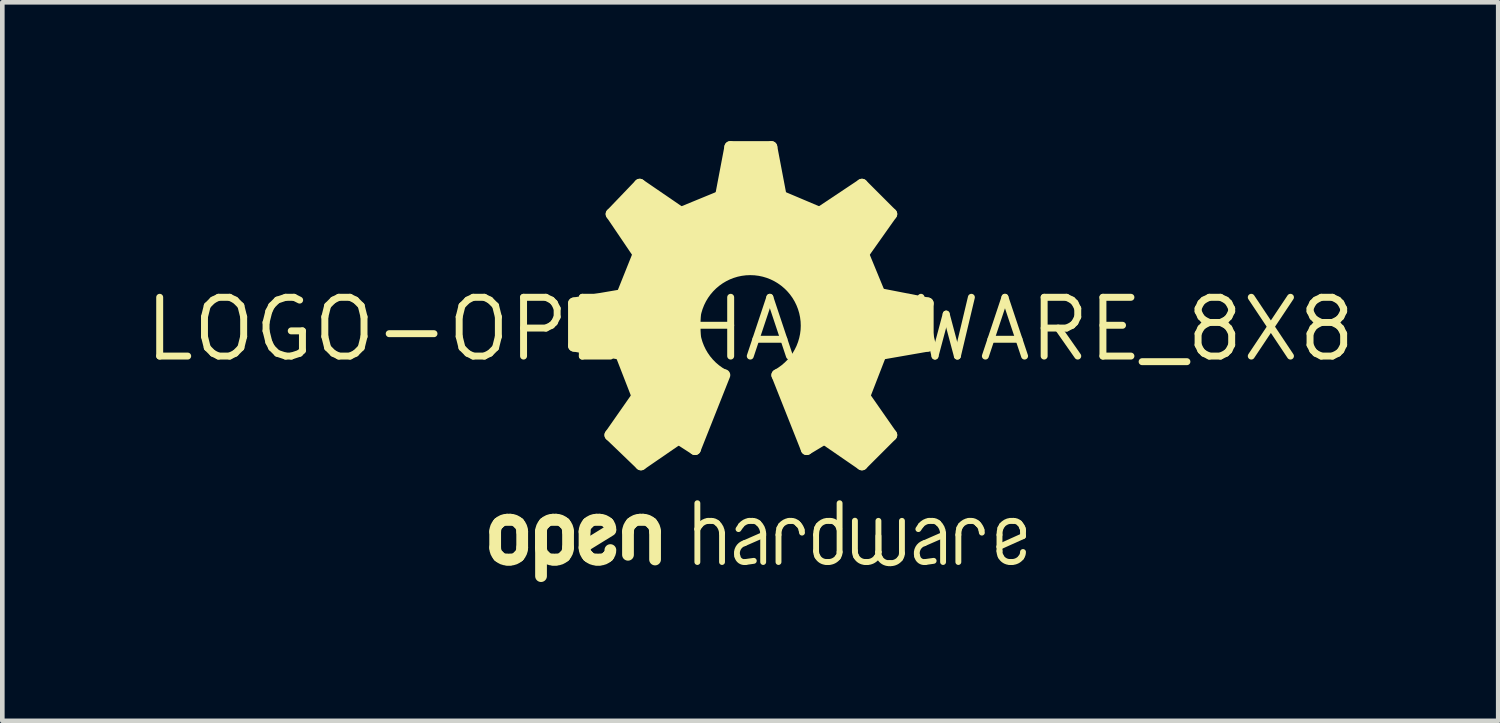
<source format=kicad_pcb>
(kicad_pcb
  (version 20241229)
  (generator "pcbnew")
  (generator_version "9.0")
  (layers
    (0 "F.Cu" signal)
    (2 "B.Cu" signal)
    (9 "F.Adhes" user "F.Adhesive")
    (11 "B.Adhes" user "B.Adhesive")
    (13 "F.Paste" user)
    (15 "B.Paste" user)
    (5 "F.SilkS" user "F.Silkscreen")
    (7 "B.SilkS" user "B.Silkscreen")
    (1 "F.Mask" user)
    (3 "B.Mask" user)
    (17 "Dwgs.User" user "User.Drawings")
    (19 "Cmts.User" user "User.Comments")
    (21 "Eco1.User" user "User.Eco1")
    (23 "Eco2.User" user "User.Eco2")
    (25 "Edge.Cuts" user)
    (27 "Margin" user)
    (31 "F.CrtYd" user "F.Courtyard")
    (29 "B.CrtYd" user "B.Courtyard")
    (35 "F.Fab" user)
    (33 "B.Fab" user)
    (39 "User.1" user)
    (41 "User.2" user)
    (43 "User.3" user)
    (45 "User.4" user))
  (footprint "LOGO-OPENHARDWARE_8X8"
    (layer "F.Cu")
    (at 13.161 4.064)
    (property "Reference" "LOGO-OPENHARDWARE_8X8" (at 0 0 0) (layer "F.SilkS") (effects (font (size 1.27 1.27) (thickness 0.15))))
    (fp_line (start -5.512 4.721) (end -5.512 4.372) (stroke (width 0.254) (type solid)) (layer "F.SilkS"))
    (fp_line (start -5.437 4.193) (end -5.434 4.189) (stroke (width 0.254) (type solid)) (layer "F.SilkS"))
    (fp_line (start -5.434 4.904) (end -5.437 4.9) (stroke (width 0.254) (type solid)) (layer "F.SilkS"))
    (fp_line (start -5.254 4.115) (end -5.185 4.115) (stroke (width 0.254) (type solid)) (layer "F.SilkS"))
    (fp_line (start -5.185 4.978) (end -5.254 4.978) (stroke (width 0.254) (type solid)) (layer "F.SilkS"))
    (fp_line (start -5.006 4.189) (end -5.002 4.193) (stroke (width 0.254) (type solid)) (layer "F.SilkS"))
    (fp_line (start -5.002 4.9) (end -5.006 4.904) (stroke (width 0.254) (type solid)) (layer "F.SilkS"))
    (fp_line (start -4.928 4.372) (end -4.928 4.721) (stroke (width 0.254) (type solid)) (layer "F.SilkS"))
    (fp_line (start -4.521 4.369) (end -4.521 5.334) (stroke (width 0.254) (type solid)) (layer "F.SilkS"))
    (fp_line (start -4.521 4.721) (end -4.521 4.372) (stroke (width 0.254) (type solid)) (layer "F.SilkS"))
    (fp_line (start -4.447 4.193) (end -4.443 4.189) (stroke (width 0.254) (type solid)) (layer "F.SilkS"))
    (fp_line (start -4.443 4.904) (end -4.447 4.9) (stroke (width 0.254) (type solid)) (layer "F.SilkS"))
    (fp_line (start -4.264 4.115) (end -4.195 4.115) (stroke (width 0.254) (type solid)) (layer "F.SilkS"))
    (fp_line (start -4.195 4.978) (end -4.264 4.978) (stroke (width 0.254) (type solid)) (layer "F.SilkS"))
    (fp_line (start -4.015 4.189) (end -4.011 4.193) (stroke (width 0.254) (type solid)) (layer "F.SilkS"))
    (fp_line (start -4.011 4.9) (end -4.015 4.904) (stroke (width 0.254) (type solid)) (layer "F.SilkS"))
    (fp_line (start -3.937 4.372) (end -3.937 4.721) (stroke (width 0.254) (type solid)) (layer "F.SilkS"))
    (fp_line (start -3.81 -0.559) (end -2.769 -0.737) (stroke (width 0.254) (type solid)) (layer "F.SilkS"))
    (fp_line (start -3.81 0.356) (end -3.81 -0.559) (stroke (width 0.254) (type solid)) (layer "F.SilkS"))
    (fp_line (start -3.581 4.721) (end -3.581 4.372) (stroke (width 0.254) (type solid)) (layer "F.SilkS"))
    (fp_line (start -3.507 4.193) (end -3.503 4.189) (stroke (width 0.254) (type solid)) (layer "F.SilkS"))
    (fp_line (start -3.503 4.904) (end -3.507 4.9) (stroke (width 0.254) (type solid)) (layer "F.SilkS"))
    (fp_line (start -3.324 4.115) (end -3.255 4.115) (stroke (width 0.254) (type solid)) (layer "F.SilkS"))
    (fp_line (start -3.255 4.978) (end -3.324 4.978) (stroke (width 0.254) (type solid)) (layer "F.SilkS"))
    (fp_line (start -3.075 4.189) (end -3.072 4.193) (stroke (width 0.254) (type solid)) (layer "F.SilkS"))
    (fp_line (start -3.072 4.9) (end -3.075 4.904) (stroke (width 0.254) (type solid)) (layer "F.SilkS"))
    (fp_line (start -3.023 2.286) (end -2.438 1.448) (stroke (width 0.254) (type solid)) (layer "F.SilkS"))
    (fp_line (start -3.023 4.343) (end -3.56 4.674) (stroke (width 0.254) (type solid)) (layer "F.SilkS"))
    (fp_line (start -2.997 -2.489) (end -2.388 -3.124) (stroke (width 0.254) (type solid)) (layer "F.SilkS"))
    (fp_line (start -2.794 0.533) (end -3.81 0.356) (stroke (width 0.254) (type solid)) (layer "F.SilkS"))
    (fp_line (start -2.769 -0.737) (end -2.413 -1.626) (stroke (width 0.254) (type solid)) (layer "F.SilkS"))
    (fp_line (start -2.642 4.873) (end -2.642 4.372) (stroke (width 0.254) (type solid)) (layer "F.SilkS"))
    (fp_line (start -2.567 4.193) (end -2.564 4.189) (stroke (width 0.254) (type solid)) (layer "F.SilkS"))
    (fp_line (start -2.438 1.448) (end -2.794 0.533) (stroke (width 0.254) (type solid)) (layer "F.SilkS"))
    (fp_line (start -2.413 -1.626) (end -2.997 -2.489) (stroke (width 0.254) (type solid)) (layer "F.SilkS"))
    (fp_line (start -2.388 -3.124) (end -1.499 -2.515) (stroke (width 0.254) (type solid)) (layer "F.SilkS"))
    (fp_line (start -2.384 4.115) (end -2.315 4.115) (stroke (width 0.254) (type solid)) (layer "F.SilkS"))
    (fp_line (start -2.362 2.921) (end -3.023 2.286) (stroke (width 0.254) (type solid)) (layer "F.SilkS"))
    (fp_line (start -2.135 4.189) (end -2.132 4.193) (stroke (width 0.254) (type solid)) (layer "F.SilkS"))
    (fp_line (start -2.057 4.372) (end -2.057 4.975) (stroke (width 0.254) (type solid)) (layer "F.SilkS"))
    (fp_line (start -1.549 2.362) (end -2.362 2.921) (stroke (width 0.254) (type solid)) (layer "F.SilkS"))
    (fp_line (start -1.499 -2.515) (end -0.635 -2.87) (stroke (width 0.254) (type solid)) (layer "F.SilkS"))
    (fp_line (start -1.194 2.591) (end -1.549 2.362) (stroke (width 0.254) (type solid)) (layer "F.SilkS"))
    (fp_line (start -1.143 4.318) (end -1.143 3.759) (stroke (width 0.127) (type solid)) (layer "F.SilkS"))
    (fp_line (start -1.143 5.029) (end -1.143 4.318) (stroke (width 0.127) (type solid)) (layer "F.SilkS"))
    (fp_line (start -1.09 4.24) (end -1.143 4.318) (stroke (width 0.127) (type solid)) (layer "F.SilkS"))
    (fp_line (start -0.842 4.14) (end -0.911 4.14) (stroke (width 0.127) (type solid)) (layer "F.SilkS"))
    (fp_line (start -0.635 -2.87) (end -0.432 -3.937) (stroke (width 0.254) (type solid)) (layer "F.SilkS"))
    (fp_line (start -0.61 5.029) (end -0.61 4.407) (stroke (width 0.127) (type solid)) (layer "F.SilkS"))
    (fp_line (start -0.559 0.991) (end -1.194 2.591) (stroke (width 0.254) (type solid)) (layer "F.SilkS"))
    (fp_line (start -0.432 -3.937) (end 0.457 -3.937) (stroke (width 0.254) (type solid)) (layer "F.SilkS"))
    (fp_line (start -0.201 4.24) (end -0.254 4.318) (stroke (width 0.127) (type solid)) (layer "F.SilkS"))
    (fp_line (start -0.127 4.623) (end 0.279 4.445) (stroke (width 0.127) (type solid)) (layer "F.SilkS"))
    (fp_line (start -0.102 5.029) (end 0.076 5.004) (stroke (width 0.127) (type solid)) (layer "F.SilkS"))
    (fp_line (start 0.047 4.14) (end -0.022 4.14) (stroke (width 0.127) (type solid)) (layer "F.SilkS"))
    (fp_line (start 0.279 4.445) (end 0.279 4.407) (stroke (width 0.127) (type solid)) (layer "F.SilkS"))
    (fp_line (start 0.279 5.029) (end 0.279 4.445) (stroke (width 0.127) (type solid)) (layer "F.SilkS"))
    (fp_line (start 0.457 -3.937) (end 0.66 -2.87) (stroke (width 0.254) (type solid)) (layer "F.SilkS"))
    (fp_line (start 0.61 4.442) (end 0.61 5.029) (stroke (width 0.127) (type solid)) (layer "F.SilkS"))
    (fp_line (start 0.66 -2.87) (end 1.499 -2.515) (stroke (width 0.254) (type solid)) (layer "F.SilkS"))
    (fp_line (start 0.662 4.24) (end 0.63 4.299) (stroke (width 0.127) (type solid)) (layer "F.SilkS"))
    (fp_line (start 0.885 4.14) (end 0.842 4.14) (stroke (width 0.127) (type solid)) (layer "F.SilkS"))
    (fp_line (start 1.016 4.191) (end 1.042 4.218) (stroke (width 0.127) (type solid)) (layer "F.SilkS"))
    (fp_line (start 1.109 4.336) (end 1.118 4.394) (stroke (width 0.127) (type solid)) (layer "F.SilkS"))
    (fp_line (start 1.219 2.591) (end 0.584 0.991) (stroke (width 0.254) (type solid)) (layer "F.SilkS"))
    (fp_line (start 1.422 4.442) (end 1.422 4.791) (stroke (width 0.127) (type solid)) (layer "F.SilkS"))
    (fp_line (start 1.475 4.24) (end 1.443 4.299) (stroke (width 0.127) (type solid)) (layer "F.SilkS"))
    (fp_line (start 1.499 -2.515) (end 2.413 -3.124) (stroke (width 0.254) (type solid)) (layer "F.SilkS"))
    (fp_line (start 1.6 2.362) (end 1.219 2.591) (stroke (width 0.254) (type solid)) (layer "F.SilkS"))
    (fp_line (start 1.65 5.029) (end 1.689 5.029) (stroke (width 0.127) (type solid)) (layer "F.SilkS"))
    (fp_line (start 1.724 4.14) (end 1.68 4.14) (stroke (width 0.127) (type solid)) (layer "F.SilkS"))
    (fp_line (start 1.93 4.813) (end 1.93 3.759) (stroke (width 0.127) (type solid)) (layer "F.SilkS"))
    (fp_line (start 2.261 4.137) (end 2.261 4.791) (stroke (width 0.127) (type solid)) (layer "F.SilkS"))
    (fp_line (start 2.413 -3.124) (end 3.048 -2.489) (stroke (width 0.254) (type solid)) (layer "F.SilkS"))
    (fp_line (start 2.413 2.921) (end 1.6 2.362) (stroke (width 0.254) (type solid)) (layer "F.SilkS"))
    (fp_line (start 2.438 -1.626) (end 2.794 -0.762) (stroke (width 0.254) (type solid)) (layer "F.SilkS"))
    (fp_line (start 2.464 1.448) (end 3.048 2.286) (stroke (width 0.254) (type solid)) (layer "F.SilkS"))
    (fp_line (start 2.488 5.029) (end 2.527 5.029) (stroke (width 0.127) (type solid)) (layer "F.SilkS"))
    (fp_line (start 2.769 4.467) (end 2.769 4.813) (stroke (width 0.127) (type solid)) (layer "F.SilkS"))
    (fp_line (start 2.769 4.813) (end 2.769 4.14) (stroke (width 0.127) (type solid)) (layer "F.SilkS"))
    (fp_line (start 2.769 4.813) (end 2.769 4.817) (stroke (width 0.127) (type solid)) (layer "F.SilkS"))
    (fp_line (start 2.794 -0.762) (end 3.835 -0.559) (stroke (width 0.254) (type solid)) (layer "F.SilkS"))
    (fp_line (start 2.819 0.533) (end 2.464 1.448) (stroke (width 0.254) (type solid)) (layer "F.SilkS"))
    (fp_line (start 2.996 5.055) (end 3.035 5.055) (stroke (width 0.127) (type solid)) (layer "F.SilkS"))
    (fp_line (start 3.048 -2.489) (end 2.438 -1.626) (stroke (width 0.254) (type solid)) (layer "F.SilkS"))
    (fp_line (start 3.048 2.286) (end 2.413 2.921) (stroke (width 0.254) (type solid)) (layer "F.SilkS"))
    (fp_line (start 3.277 4.839) (end 3.277 4.14) (stroke (width 0.127) (type solid)) (layer "F.SilkS"))
    (fp_line (start 3.685 4.24) (end 3.632 4.318) (stroke (width 0.127) (type solid)) (layer "F.SilkS"))
    (fp_line (start 3.759 4.623) (end 4.166 4.445) (stroke (width 0.127) (type solid)) (layer "F.SilkS"))
    (fp_line (start 3.785 5.029) (end 3.962 5.004) (stroke (width 0.127) (type solid)) (layer "F.SilkS"))
    (fp_line (start 3.835 -0.559) (end 3.835 0.356) (stroke (width 0.254) (type solid)) (layer "F.SilkS"))
    (fp_line (start 3.835 0.356) (end 2.819 0.533) (stroke (width 0.254) (type solid)) (layer "F.SilkS"))
    (fp_line (start 3.933 4.14) (end 3.864 4.14) (stroke (width 0.127) (type solid)) (layer "F.SilkS"))
    (fp_line (start 4.166 4.445) (end 4.166 4.407) (stroke (width 0.127) (type solid)) (layer "F.SilkS"))
    (fp_line (start 4.166 5.029) (end 4.166 4.445) (stroke (width 0.127) (type solid)) (layer "F.SilkS"))
    (fp_line (start 4.496 4.442) (end 4.496 5.029) (stroke (width 0.127) (type solid)) (layer "F.SilkS"))
    (fp_line (start 4.548 4.24) (end 4.516 4.299) (stroke (width 0.127) (type solid)) (layer "F.SilkS"))
    (fp_line (start 4.772 4.14) (end 4.728 4.14) (stroke (width 0.127) (type solid)) (layer "F.SilkS"))
    (fp_line (start 4.902 4.191) (end 4.929 4.218) (stroke (width 0.127) (type solid)) (layer "F.SilkS"))
    (fp_line (start 4.995 4.336) (end 5.004 4.394) (stroke (width 0.127) (type solid)) (layer "F.SilkS"))
    (fp_line (start 5.385 4.442) (end 5.385 4.699) (stroke (width 0.127) (type solid)) (layer "F.SilkS"))
    (fp_line (start 5.385 4.699) (end 5.385 4.791) (stroke (width 0.127) (type solid)) (layer "F.SilkS"))
    (fp_line (start 5.385 4.699) (end 5.893 4.47) (stroke (width 0.127) (type solid)) (layer "F.SilkS"))
    (fp_line (start 5.437 4.24) (end 5.405 4.299) (stroke (width 0.127) (type solid)) (layer "F.SilkS"))
    (fp_line (start 5.613 5.029) (end 5.652 5.029) (stroke (width 0.127) (type solid)) (layer "F.SilkS"))
    (fp_line (start 5.686 4.14) (end 5.642 4.14) (stroke (width 0.127) (type solid)) (layer "F.SilkS"))
    (fp_line (start 5.893 4.47) (end 5.893 4.354) (stroke (width 0.127) (type solid)) (layer "F.SilkS"))
    (fp_arc (start -5.5118 4.3724) (mid -5.492462 4.2752) (end -5.4374 4.192799) (stroke (width 0.254) (type solid)) (layer "F.SilkS"))
    (fp_arc (start -5.4374 4.9004) (mid -5.492462 4.817999) (end -5.5118 4.720799) (stroke (width 0.254) (type solid)) (layer "F.SilkS"))
    (fp_arc (start -5.4338 4.1892) (mid -5.351403 4.13413) (end -5.254201 4.1148) (stroke (width 0.254) (type solid)) (layer "F.SilkS"))
    (fp_arc (start -5.2542 4.9784) (mid -5.351403 4.95907) (end -5.4338 4.904) (stroke (width 0.254) (type solid)) (layer "F.SilkS"))
    (fp_arc (start -5.1852 4.1148) (mid -5.087998 4.13413) (end -5.0056 4.189199) (stroke (width 0.254) (type solid)) (layer "F.SilkS"))
    (fp_arc (start -5.0056 4.904) (mid -5.087997 4.959069) (end -5.1852 4.978399) (stroke (width 0.254) (type solid)) (layer "F.SilkS"))
    (fp_arc (start -5.002 4.1928) (mid -4.946938 4.275201) (end -4.9276 4.3724) (stroke (width 0.254) (type solid)) (layer "F.SilkS"))
    (fp_arc (start -4.9276 4.7208) (mid -4.946938 4.818) (end -5.002001 4.9004) (stroke (width 0.254) (type solid)) (layer "F.SilkS"))
    (fp_arc (start -4.5212 4.3724) (mid -4.501862 4.2752) (end -4.4468 4.192799) (stroke (width 0.254) (type solid)) (layer "F.SilkS"))
    (fp_arc (start -4.4468 4.9004) (mid -4.501862 4.817999) (end -4.5212 4.720799) (stroke (width 0.254) (type solid)) (layer "F.SilkS"))
    (fp_arc (start -4.4432 4.1892) (mid -4.360803 4.13413) (end -4.263601 4.1148) (stroke (width 0.254) (type solid)) (layer "F.SilkS"))
    (fp_arc (start -4.2636 4.9784) (mid -4.360803 4.95907) (end -4.4432 4.904) (stroke (width 0.254) (type solid)) (layer "F.SilkS"))
    (fp_arc (start -4.1946 4.1148) (mid -4.097398 4.13413) (end -4.015 4.189199) (stroke (width 0.254) (type solid)) (layer "F.SilkS"))
    (fp_arc (start -4.015 4.904) (mid -4.097397 4.959069) (end -4.1946 4.978399) (stroke (width 0.254) (type solid)) (layer "F.SilkS"))
    (fp_arc (start -4.0114 4.1928) (mid -3.956338 4.275201) (end -3.937 4.3724) (stroke (width 0.254) (type solid)) (layer "F.SilkS"))
    (fp_arc (start -3.937 4.7208) (mid -3.956338 4.818) (end -4.011401 4.9004) (stroke (width 0.254) (type solid)) (layer "F.SilkS"))
    (fp_arc (start -3.5814 4.3724) (mid -3.562062 4.2752) (end -3.507 4.192799) (stroke (width 0.254) (type solid)) (layer "F.SilkS"))
    (fp_arc (start -3.507 4.9004) (mid -3.562062 4.817999) (end -3.5814 4.720799) (stroke (width 0.254) (type solid)) (layer "F.SilkS"))
    (fp_arc (start -3.5034 4.1892) (mid -3.421003 4.13413) (end -3.323801 4.1148) (stroke (width 0.254) (type solid)) (layer "F.SilkS"))
    (fp_arc (start -3.3238 4.9784) (mid -3.421003 4.95907) (end -3.5034 4.904) (stroke (width 0.254) (type solid)) (layer "F.SilkS"))
    (fp_arc (start -3.2548 4.1148) (mid -3.157598 4.13413) (end -3.0752 4.189199) (stroke (width 0.254) (type solid)) (layer "F.SilkS"))
    (fp_arc (start -3.0752 4.904) (mid -3.157597 4.959069) (end -3.2548 4.978399) (stroke (width 0.254) (type solid)) (layer "F.SilkS"))
    (fp_arc (start -3.0716 4.1928) (mid -3.034292 4.252327) (end -3.0226 4.3216) (stroke (width 0.254) (type solid)) (layer "F.SilkS"))
    (fp_arc (start -3.0226 4.7716) (mid -3.034292 4.840873) (end -3.0716 4.9004) (stroke (width 0.254) (type solid)) (layer "F.SilkS"))
    (fp_arc (start -2.6416 4.3724) (mid -2.622262 4.2752) (end -2.5672 4.192799) (stroke (width 0.254) (type solid)) (layer "F.SilkS"))
    (fp_arc (start -2.5636 4.1892) (mid -2.481203 4.13413) (end -2.384001 4.1148) (stroke (width 0.254) (type solid)) (layer "F.SilkS"))
    (fp_arc (start -2.315 4.1148) (mid -2.217798 4.13413) (end -2.1354 4.189199) (stroke (width 0.254) (type solid)) (layer "F.SilkS"))
    (fp_arc (start -2.1318 4.1928) (mid -2.076738 4.275201) (end -2.0574 4.3724) (stroke (width 0.254) (type solid)) (layer "F.SilkS"))
    (fp_arc (start -1.0904 4.240001) (mid -1.010526 4.172238) (end -0.9108 4.1402) (stroke (width 0.127) (type solid)) (layer "F.SilkS"))
    (fp_arc (start -0.8418 4.1402) (mid -0.772521 4.151877) (end -0.713 4.1892) (stroke (width 0.127) (type solid)) (layer "F.SilkS"))
    (fp_arc (start -0.713 4.1892) (mid -0.639565 4.287946) (end -0.6096 4.4073) (stroke (width 0.127) (type solid)) (layer "F.SilkS"))
    (fp_arc (start -0.5842 0.9906) (mid 0 -1.296427) (end 0.584199 0.9906) (stroke (width 0.254) (type solid)) (layer "F.SilkS"))
    (fp_arc (start -0.279399 4.902201) (mid -0.261065 4.730938) (end -0.127 4.6228) (stroke (width 0.127) (type solid)) (layer "F.SilkS"))
    (fp_arc (start -0.2014 4.24) (mid -0.121526 4.172238) (end -0.0218 4.1402) (stroke (width 0.127) (type solid)) (layer "F.SilkS"))
    (fp_arc (start -0.1016 5.0292) (mid -0.216803 5.002524) (end -0.2794 4.9022) (stroke (width 0.127) (type solid)) (layer "F.SilkS"))
    (fp_arc (start 0.0472 4.1402) (mid 0.116478 4.151877) (end 0.176 4.1892) (stroke (width 0.127) (type solid)) (layer "F.SilkS"))
    (fp_arc (start 0.176 4.1892) (mid 0.249435 4.287946) (end 0.2794 4.4073) (stroke (width 0.127) (type solid)) (layer "F.SilkS"))
    (fp_arc (start 0.6096 4.4417) (mid 0.614755 4.369519) (end 0.6301 4.2988) (stroke (width 0.127) (type solid)) (layer "F.SilkS"))
    (fp_arc (start 0.6622 4.24) (mid 0.742074 4.172238) (end 0.8418 4.1402) (stroke (width 0.127) (type solid)) (layer "F.SilkS"))
    (fp_arc (start 0.8854 4.1402) (mid 0.954678 4.151877) (end 1.0142 4.1892) (stroke (width 0.127) (type solid)) (layer "F.SilkS"))
    (fp_arc (start 1.0425 4.2175) (mid 1.083923 4.272012) (end 1.1093 4.3356) (stroke (width 0.127) (type solid)) (layer "F.SilkS"))
    (fp_arc (start 1.4224 4.4417) (mid 1.427555 4.369519) (end 1.4429 4.2988) (stroke (width 0.127) (type solid)) (layer "F.SilkS"))
    (fp_arc (start 1.4492 4.904999) (mid 1.429186 4.84976) (end 1.4224 4.7914) (stroke (width 0.127) (type solid)) (layer "F.SilkS"))
    (fp_arc (start 1.475 4.24) (mid 1.554874 4.172238) (end 1.6546 4.1402) (stroke (width 0.127) (type solid)) (layer "F.SilkS"))
    (fp_arc (start 1.6502 5.0292) (mid 1.532057 4.995652) (end 1.4492 4.905) (stroke (width 0.127) (type solid)) (layer "F.SilkS"))
    (fp_arc (start 1.7236 4.1402) (mid 1.792878 4.151877) (end 1.8524 4.1892) (stroke (width 0.127) (type solid)) (layer "F.SilkS"))
    (fp_arc (start 1.8553 4.1921) (mid 1.896723 4.246612) (end 1.9221 4.3102) (stroke (width 0.127) (type solid)) (layer "F.SilkS"))
    (fp_arc (start 1.8923 4.927599) (mid 1.802692 5.002384) (end 1.6891 5.0292) (stroke (width 0.127) (type solid)) (layer "F.SilkS"))
    (fp_arc (start 1.9304 4.8133) (mid 1.92064 4.873547) (end 1.8923 4.9276) (stroke (width 0.127) (type solid)) (layer "F.SilkS"))
    (fp_arc (start 2.2874 4.904999) (mid 2.267386 4.84976) (end 2.2606 4.7914) (stroke (width 0.127) (type solid)) (layer "F.SilkS"))
    (fp_arc (start 2.4884 5.0292) (mid 2.370257 4.995652) (end 2.2874 4.905) (stroke (width 0.127) (type solid)) (layer "F.SilkS"))
    (fp_arc (start 2.7305 4.927599) (mid 2.640892 5.002384) (end 2.5273 5.0292) (stroke (width 0.127) (type solid)) (layer "F.SilkS"))
    (fp_arc (start 2.7686 4.8133) (mid 2.75884 4.873547) (end 2.7305 4.9276) (stroke (width 0.127) (type solid)) (layer "F.SilkS"))
    (fp_arc (start 2.7954 4.930399) (mid 2.775386 4.87516) (end 2.7686 4.8168) (stroke (width 0.127) (type solid)) (layer "F.SilkS"))
    (fp_arc (start 2.9964 5.0546) (mid 2.878257 5.021052) (end 2.7954 4.9304) (stroke (width 0.127) (type solid)) (layer "F.SilkS"))
    (fp_arc (start 3.2385 4.952999) (mid 3.148892 5.027784) (end 3.0353 5.0546) (stroke (width 0.127) (type solid)) (layer "F.SilkS"))
    (fp_arc (start 3.2766 4.8387) (mid 3.26684 4.898947) (end 3.2385 4.953) (stroke (width 0.127) (type solid)) (layer "F.SilkS"))
    (fp_arc (start 3.6068 4.9022) (mid 3.625134 4.730937) (end 3.7592 4.6228) (stroke (width 0.127) (type solid)) (layer "F.SilkS"))
    (fp_arc (start 3.6848 4.24) (mid 3.764674 4.172238) (end 3.8644 4.1402) (stroke (width 0.127) (type solid)) (layer "F.SilkS"))
    (fp_arc (start 3.7846 5.0292) (mid 3.669397 5.002524) (end 3.6068 4.9022) (stroke (width 0.127) (type solid)) (layer "F.SilkS"))
    (fp_arc (start 3.9334 4.1402) (mid 4.002678 4.151877) (end 4.0622 4.1892) (stroke (width 0.127) (type solid)) (layer "F.SilkS"))
    (fp_arc (start 4.0622 4.189199) (mid 4.135635 4.287945) (end 4.1656 4.4073) (stroke (width 0.127) (type solid)) (layer "F.SilkS"))
    (fp_arc (start 4.4958 4.4417) (mid 4.500955 4.369519) (end 4.5163 4.2988) (stroke (width 0.127) (type solid)) (layer "F.SilkS"))
    (fp_arc (start 4.5484 4.24) (mid 4.628274 4.172238) (end 4.728 4.1402) (stroke (width 0.127) (type solid)) (layer "F.SilkS"))
    (fp_arc (start 4.7716 4.1402) (mid 4.840878 4.151877) (end 4.9004 4.1892) (stroke (width 0.127) (type solid)) (layer "F.SilkS"))
    (fp_arc (start 4.9287 4.2175) (mid 4.970123 4.272012) (end 4.9955 4.3356) (stroke (width 0.127) (type solid)) (layer "F.SilkS"))
    (fp_arc (start 5.3848 4.4417) (mid 5.389955 4.369519) (end 5.4053 4.2988) (stroke (width 0.127) (type solid)) (layer "F.SilkS"))
    (fp_arc (start 5.4116 4.904999) (mid 5.391586 4.84976) (end 5.3848 4.7914) (stroke (width 0.127) (type solid)) (layer "F.SilkS"))
    (fp_arc (start 5.4374 4.24) (mid 5.517274 4.172238) (end 5.617 4.1402) (stroke (width 0.127) (type solid)) (layer "F.SilkS"))
    (fp_arc (start 5.6126 5.0292) (mid 5.494457 4.995652) (end 5.4116 4.905) (stroke (width 0.127) (type solid)) (layer "F.SilkS"))
    (fp_arc (start 5.686 4.1402) (mid 5.755278 4.151877) (end 5.8148 4.1892) (stroke (width 0.127) (type solid)) (layer "F.SilkS"))
    (fp_arc (start 5.8177 4.1921) (mid 5.859123 4.246612) (end 5.8845 4.3102) (stroke (width 0.127) (type solid)) (layer "F.SilkS"))
    (fp_arc (start 5.8547 4.927599) (mid 5.765092 5.002384) (end 5.6515 5.0292) (stroke (width 0.127) (type solid)) (layer "F.SilkS"))
    (fp_arc (start 5.8674 4.2672) (mid 5.888742 4.308018) (end 5.8928 4.3539) (stroke (width 0.127) (type solid)) (layer "F.SilkS"))
    (fp_arc (start 5.8928 4.8133) (mid 5.88304 4.873547) (end 5.8547 4.9276) (stroke (width 0.127) (type solid)) (layer "F.SilkS"))
    (fp_poly (pts (xy 0.67 -2.879) (xy 1.488 -2.459) (xy 2.455 -3.139) (xy 3.063 -2.498) (xy 2.429 -1.679) (xy 2.737 -0.821) (xy 3.835 -0.585) (xy 3.835 0.332) (xy 2.807 0.543) (xy 2.431 1.383) (xy 3.032 2.245) (xy 2.434 2.91) (xy 2.268 2.799) (xy 1.567 2.355) (xy 1.202 2.538) (xy 0.607 0.992) (xy 0.893 0.801) (xy 1.219 0.172) (xy 1.219 -0.283) (xy 1.01 -0.865) (xy 0.578 -1.228) (xy -0.135 -1.366) (xy -0.9 -0.995) (xy -1.264 -0.357) (xy -1.15 0.352) (xy -0.616 0.992) (xy -1.233 2.578) (xy -1.574 2.361) (xy -2.372 2.875) (xy -3.009 2.339) (xy -2.454 1.414) (xy -2.833 0.567) (xy -3.759 0.355) (xy -3.759 -0.533) (xy -2.711 -0.769) (xy -2.402 -1.609) (xy -3.004 -2.526) (xy -2.511 -3.082) (xy -2.332 -3.141) (xy -2.001 -2.841) (xy -1.519 -2.468) (xy -1.435 -2.523) (xy -0.646 -2.906) (xy -0.435 -3.958) (xy 0.432 -3.992)) (stroke (width 0) (type solid)) (fill yes) (layer "F.SilkS")))
  (gr_rect
    (start -3 -3)
    (end 29.322 12.525)
    (stroke (width 0.1) (type default))
    (fill no)
    (layer "Edge.Cuts")))
</source>
